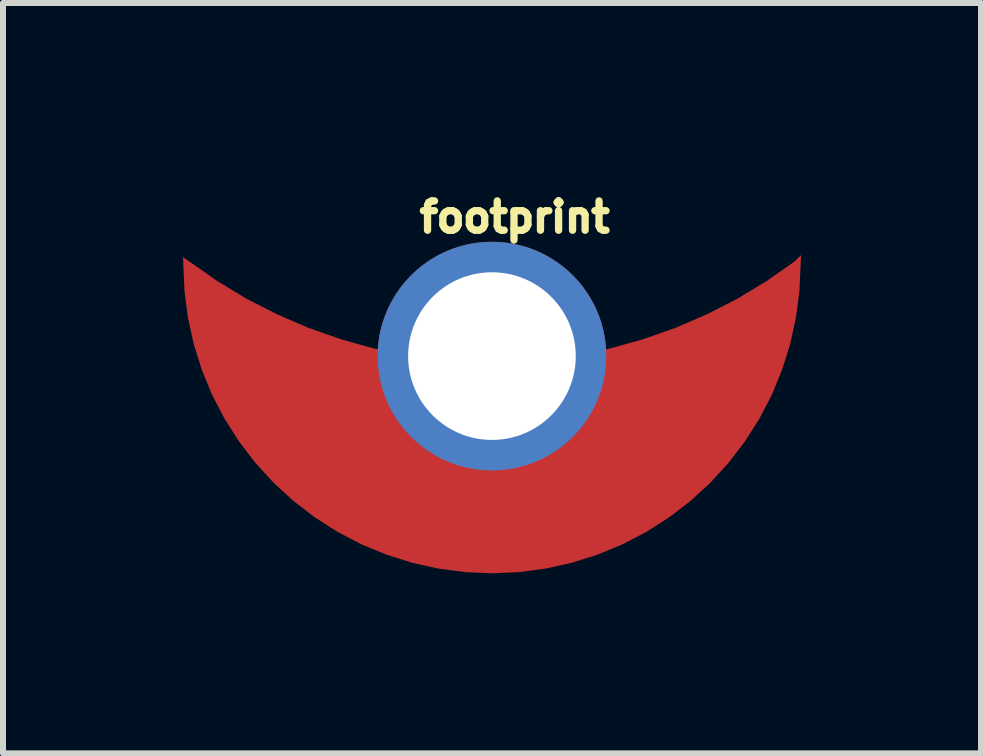
<source format=kicad_pcb>
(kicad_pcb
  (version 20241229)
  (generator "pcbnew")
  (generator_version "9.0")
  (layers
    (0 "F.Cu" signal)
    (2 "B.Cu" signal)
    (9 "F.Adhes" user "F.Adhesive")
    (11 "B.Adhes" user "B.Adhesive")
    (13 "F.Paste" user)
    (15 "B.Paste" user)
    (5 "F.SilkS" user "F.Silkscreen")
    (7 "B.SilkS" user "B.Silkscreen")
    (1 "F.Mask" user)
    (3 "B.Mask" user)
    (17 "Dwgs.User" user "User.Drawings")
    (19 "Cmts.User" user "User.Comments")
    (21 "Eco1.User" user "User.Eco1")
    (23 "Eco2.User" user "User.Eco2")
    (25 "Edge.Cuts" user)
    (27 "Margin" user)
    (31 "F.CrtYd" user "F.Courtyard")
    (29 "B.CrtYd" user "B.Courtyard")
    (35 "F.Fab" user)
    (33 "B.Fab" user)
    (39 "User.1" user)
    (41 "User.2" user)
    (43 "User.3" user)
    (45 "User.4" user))
  (footprint "footprint"
    (layer "F.Cu")
    (at 5.149 3.901)
    (property "Reference" "footprint" (at -1.27 -3.048 0) (layer "F.SilkS") (effects (font (size 0.488 0.488) (thickness 0.122)) (justify left bottom)))
    (fp_line (start 0 -1.27) (end 0 1.27) (stroke (width 1.524) (type solid)) (layer "F.Cu"))
    (fp_poly (pts (xy 5.124 -2.092) (xy 5.065 -1.647) (xy 4.968 -1.209) (xy 4.833 -0.781) (xy 4.662 -0.366) (xy 4.454 0.032) (xy 4.213 0.41) (xy 3.94 0.766) (xy 3.637 1.097) (xy 3.306 1.4) (xy 2.95 1.673) (xy 2.572 1.914) (xy 2.174 2.122) (xy 1.759 2.293) (xy 1.331 2.428) (xy 0.893 2.525) (xy 0.448 2.584) (xy 0 2.604) (xy -0.448 2.584) (xy -0.893 2.525) (xy -1.331 2.428) (xy -1.759 2.293) (xy -2.174 2.122) (xy -2.572 1.914) (xy -2.95 1.673) (xy -3.306 1.4) (xy -3.637 1.097) (xy -3.94 0.766) (xy -4.213 0.41) (xy -4.454 0.032) (xy -4.662 -0.366) (xy -4.833 -0.781) (xy -4.968 -1.209) (xy -5.065 -1.647) (xy -5.124 -2.092) (xy -5.149 -2.666) (xy -4.575 -2.265) (xy -4.088 -1.971) (xy -3.581 -1.712) (xy -3.059 -1.487) (xy -2.522 -1.298) (xy -1.974 -1.145) (xy -1.416 -1.03) (xy -0.852 -0.954) (xy -0.285 -0.915) (xy 0.285 -0.915) (xy 0.852 -0.954) (xy 1.416 -1.03) (xy 1.974 -1.145) (xy 2.522 -1.298) (xy 3.059 -1.487) (xy 3.581 -1.712) (xy 4.088 -1.971) (xy 4.575 -2.265) (xy 5.039 -2.589) (xy 5.151 -2.7)) (stroke (width 0) (type solid)) (fill yes) (layer "F.Cu"))
    (fp_poly (pts (xy 5.124 -2.092) (xy 5.065 -1.647) (xy 4.968 -1.209) (xy 4.833 -0.781) (xy 4.662 -0.366) (xy 4.454 0.032) (xy 4.213 0.41) (xy 3.94 0.766) (xy 3.637 1.097) (xy 3.306 1.4) (xy 2.95 1.673) (xy 2.572 1.914) (xy 2.174 2.122) (xy 1.759 2.293) (xy 1.331 2.428) (xy 0.893 2.525) (xy 0.448 2.584) (xy 0 2.604) (xy -0.448 2.584) (xy -0.893 2.525) (xy -1.331 2.428) (xy -1.759 2.293) (xy -2.174 2.122) (xy -2.572 1.914) (xy -2.95 1.673) (xy -3.306 1.4) (xy -3.637 1.097) (xy -3.94 0.766) (xy -4.213 0.41) (xy -4.454 0.032) (xy -4.662 -0.366) (xy -4.833 -0.781) (xy -4.968 -1.209) (xy -5.065 -1.647) (xy -5.124 -2.092) (xy -5.149 -2.666) (xy -4.575 -2.265) (xy -4.088 -1.971) (xy -3.581 -1.712) (xy -3.059 -1.487) (xy -2.522 -1.298) (xy -1.974 -1.145) (xy -1.416 -1.03) (xy -0.852 -0.954) (xy -0.285 -0.915) (xy 0.285 -0.915) (xy 0.852 -0.954) (xy 1.416 -1.03) (xy 1.974 -1.145) (xy 2.522 -1.298) (xy 3.059 -1.487) (xy 3.581 -1.712) (xy 4.088 -1.971) (xy 4.575 -2.265) (xy 5.039 -2.589) (xy 5.151 -2.7)) (stroke (width 0) (type solid)) (fill yes) (layer "F.Mask"))
    (pad "" np_thru_hole circle (at 0 -1.016) (size 1.5 1.5) (drill 1.5) (layers "*.Cu" "*.Mask"))
    (pad "1" thru_hole circle (at 0 -1.016) (size 3.81 3.81) (drill 2.794) (layers "*.Cu" "*.Mask")))
  (gr_rect
    (start -3 -3)
    (end 13.3 9.505)
    (stroke (width 0.1) (type default))
    (fill no)
    (layer "Edge.Cuts")))
</source>
